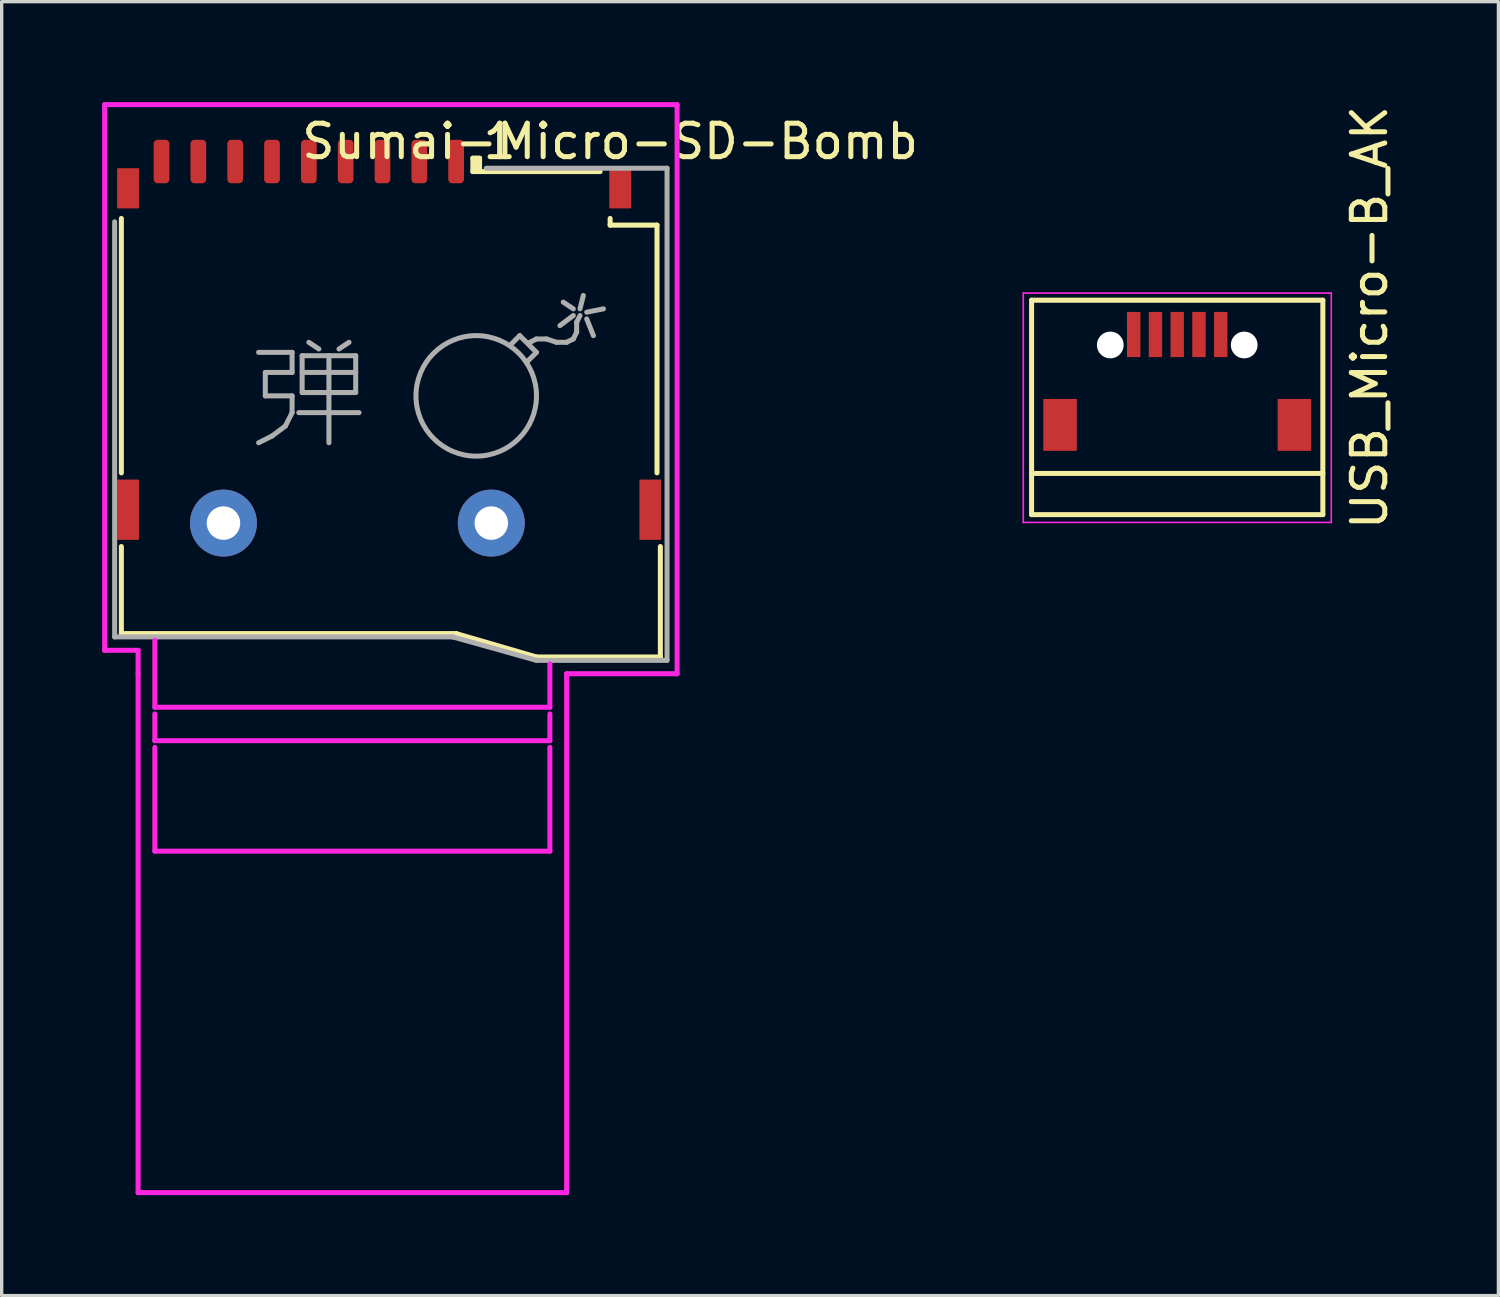
<source format=kicad_pcb>
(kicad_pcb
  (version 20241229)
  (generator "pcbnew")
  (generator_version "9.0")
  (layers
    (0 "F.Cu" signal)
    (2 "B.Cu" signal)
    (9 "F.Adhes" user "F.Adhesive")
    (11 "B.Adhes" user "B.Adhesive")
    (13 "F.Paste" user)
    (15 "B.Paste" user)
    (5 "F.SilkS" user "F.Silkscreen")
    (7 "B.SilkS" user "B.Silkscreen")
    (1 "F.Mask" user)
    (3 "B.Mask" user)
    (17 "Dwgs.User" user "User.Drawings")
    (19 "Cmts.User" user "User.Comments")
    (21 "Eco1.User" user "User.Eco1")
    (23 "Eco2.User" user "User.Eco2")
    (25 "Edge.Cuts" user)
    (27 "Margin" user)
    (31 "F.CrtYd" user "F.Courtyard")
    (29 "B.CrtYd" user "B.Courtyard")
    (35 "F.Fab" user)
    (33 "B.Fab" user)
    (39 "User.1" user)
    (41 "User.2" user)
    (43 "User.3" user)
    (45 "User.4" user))
  (footprint "Sumai-Micro-SD-Bomb"
    (layer "F.Cu")
    (at 8.575 10.075)
    (property "Reference" "Sumai-Micro-SD-Bomb" (at 6.6 -8.9 0) (layer "F.SilkS") (effects (font (size 1 1) (thickness 0.15))))
    (attr smd)
    (fp_line (start -8 1) (end -8 -6.6) (stroke (width 0.15) (type solid)) (layer "F.SilkS"))
    (fp_line (start -8 3.2) (end -8 5.8) (stroke (width 0.15) (type solid)) (layer "F.SilkS"))
    (fp_line (start -8 5.8) (end 2 5.8) (stroke (width 0.15) (type solid)) (layer "F.SilkS"))
    (fp_line (start 2 5.8) (end 4.4 6.5) (stroke (width 0.15) (type solid)) (layer "F.SilkS"))
    (fp_line (start 2.5 -8.4) (end 2.7 -8.4) (stroke (width 0.15) (type solid)) (layer "F.SilkS"))
    (fp_line (start 2.5 -8) (end 2.5 -8.4) (stroke (width 0.15) (type solid)) (layer "F.SilkS"))
    (fp_line (start 2.6 -8.4) (end 2.6 -8) (stroke (width 0.15) (type solid)) (layer "F.SilkS"))
    (fp_line (start 2.7 -8) (end 2.7 -8.4) (stroke (width 0.15) (type solid)) (layer "F.SilkS"))
    (fp_line (start 6.3 -8) (end 2.5 -8) (stroke (width 0.15) (type solid)) (layer "F.SilkS"))
    (fp_line (start 6.6 -6.4) (end 6.6 -6.6) (stroke (width 0.15) (type solid)) (layer "F.SilkS"))
    (fp_line (start 8 -6.4) (end 6.6 -6.4) (stroke (width 0.15) (type solid)) (layer "F.SilkS"))
    (fp_line (start 8 -6.4) (end 8 1) (stroke (width 0.15) (type solid)) (layer "F.SilkS"))
    (fp_line (start 8.1 3.2) (end 8.1 6.5) (stroke (width 0.15) (type solid)) (layer "F.SilkS"))
    (fp_line (start 8.1 6.5) (end 4.4 6.5) (stroke (width 0.15) (type solid)) (layer "F.SilkS"))
    (fp_line (start -8.5 -10) (end -8.5 6.3) (stroke (width 0.15) (type solid)) (layer "F.CrtYd"))
    (fp_line (start -8.5 6.3) (end -7.5 6.3) (stroke (width 0.15) (type solid)) (layer "F.CrtYd"))
    (fp_line (start -7.5 6.3) (end -7.5 7) (stroke (width 0.15) (type solid)) (layer "F.CrtYd"))
    (fp_line (start -7.5 7) (end -7.5 22.5) (stroke (width 0.15) (type solid)) (layer "F.CrtYd"))
    (fp_line (start -7 8) (end -7 6) (stroke (width 0.15) (type solid)) (layer "F.CrtYd"))
    (fp_line (start -7 9) (end -7 8.2) (stroke (width 0.15) (type solid)) (layer "F.CrtYd"))
    (fp_line (start -7 12.3) (end -7 9.2) (stroke (width 0.15) (type solid)) (layer "F.CrtYd"))
    (fp_line (start 4.8 8) (end -7 8) (stroke (width 0.15) (type solid)) (layer "F.CrtYd"))
    (fp_line (start 4.8 8) (end 4.8 6.7) (stroke (width 0.15) (type solid)) (layer "F.CrtYd"))
    (fp_line (start 4.8 9) (end -7 9) (stroke (width 0.15) (type solid)) (layer "F.CrtYd"))
    (fp_line (start 4.8 9) (end 4.8 8.2) (stroke (width 0.15) (type solid)) (layer "F.CrtYd"))
    (fp_line (start 4.8 9.2) (end 4.8 12.3) (stroke (width 0.15) (type solid)) (layer "F.CrtYd"))
    (fp_line (start 4.8 12.3) (end -7 12.3) (stroke (width 0.15) (type solid)) (layer "F.CrtYd"))
    (fp_line (start 5.3 7) (end 5.3 22.5) (stroke (width 0.15) (type solid)) (layer "F.CrtYd"))
    (fp_line (start 5.3 7) (end 8.6 7) (stroke (width 0.15) (type solid)) (layer "F.CrtYd"))
    (fp_line (start 5.3 22.5) (end -7.5 22.5) (stroke (width 0.15) (type solid)) (layer "F.CrtYd"))
    (fp_line (start 8.6 -10) (end -8.5 -10) (stroke (width 0.15) (type solid)) (layer "F.CrtYd"))
    (fp_line (start 8.6 7) (end 8.6 -10) (stroke (width 0.15) (type solid)) (layer "F.CrtYd"))
    (fp_line (start -8.2 -6.5) (end -8.2 5.9) (stroke (width 0.15) (type solid)) (layer "F.Fab"))
    (fp_line (start -8.2 5.9) (end 1.9 5.9) (stroke (width 0.15) (type solid)) (layer "F.Fab"))
    (fp_line (start -3.9 -2.6) (end -2.9 -2.6) (stroke (width 0.15) (type solid)) (layer "F.Fab"))
    (fp_line (start -3.7 -2) (end -3.7 -1.3) (stroke (width 0.15) (type solid)) (layer "F.Fab"))
    (fp_line (start -3.7 -1.3) (end -2.9 -1.3) (stroke (width 0.15) (type solid)) (layer "F.Fab"))
    (fp_line (start -3.5 -0.1) (end -3.9 0.1) (stroke (width 0.15) (type solid)) (layer "F.Fab"))
    (fp_line (start -3.1 -0.4) (end -3.5 -0.1) (stroke (width 0.15) (type solid)) (layer "F.Fab"))
    (fp_line (start -2.9 -2.6) (end -2.9 -2) (stroke (width 0.15) (type solid)) (layer "F.Fab"))
    (fp_line (start -2.9 -2) (end -3.7 -2) (stroke (width 0.15) (type solid)) (layer "F.Fab"))
    (fp_line (start -2.9 -1.3) (end -2.9 -0.8) (stroke (width 0.15) (type solid)) (layer "F.Fab"))
    (fp_line (start -2.9 -0.8) (end -3.1 -0.4) (stroke (width 0.15) (type solid)) (layer "F.Fab"))
    (fp_line (start -2.7 -0.8) (end -0.9 -0.8) (stroke (width 0.15) (type solid)) (layer "F.Fab"))
    (fp_line (start -2.6 -2.5) (end -2.6 -1.4) (stroke (width 0.15) (type solid)) (layer "F.Fab"))
    (fp_line (start -2.6 -2.5) (end -1 -2.5) (stroke (width 0.15) (type solid)) (layer "F.Fab"))
    (fp_line (start -2.6 -2) (end -1 -2) (stroke (width 0.15) (type solid)) (layer "F.Fab"))
    (fp_line (start -2.6 -1.4) (end -1 -1.4) (stroke (width 0.15) (type solid)) (layer "F.Fab"))
    (fp_line (start -2.4 -2.9) (end -2.1 -2.7) (stroke (width 0.15) (type solid)) (layer "F.Fab"))
    (fp_line (start -1.8 -2.5) (end -1.8 -1.4) (stroke (width 0.15) (type solid)) (layer "F.Fab"))
    (fp_line (start -1.8 -1.4) (end -1.8 0.1) (stroke (width 0.15) (type solid)) (layer "F.Fab"))
    (fp_line (start -1.2 -2.9) (end -1.5 -2.7) (stroke (width 0.15) (type solid)) (layer "F.Fab"))
    (fp_line (start -1 -1.4) (end -1 -2.5) (stroke (width 0.15) (type solid)) (layer "F.Fab"))
    (fp_line (start 1.9 5.9) (end 4.4 6.6) (stroke (width 0.15) (type solid)) (layer "F.Fab"))
    (fp_line (start 3.6 -2.8) (end 3.9 -3.1) (stroke (width 0.15) (type solid)) (layer "F.Fab"))
    (fp_line (start 3.9 -3.1) (end 4.4 -2.6) (stroke (width 0.15) (type solid)) (layer "F.Fab"))
    (fp_line (start 4.2 -2.9) (end 4.4 -3) (stroke (width 0.15) (type solid)) (layer "F.Fab"))
    (fp_line (start 4.4 -3) (end 4.7 -3) (stroke (width 0.15) (type solid)) (layer "F.Fab"))
    (fp_line (start 4.4 -2.6) (end 4.1 -2.3) (stroke (width 0.15) (type solid)) (layer "F.Fab"))
    (fp_line (start 4.4 6.6) (end 8.3 6.6) (stroke (width 0.15) (type solid)) (layer "F.Fab"))
    (fp_line (start 4.7 -3) (end 5 -2.9) (stroke (width 0.15) (type solid)) (layer "F.Fab"))
    (fp_line (start 5 -2.9) (end 5.3 -2.9) (stroke (width 0.15) (type solid)) (layer "F.Fab"))
    (fp_line (start 5.3 -2.9) (end 5.5 -3) (stroke (width 0.15) (type solid)) (layer "F.Fab"))
    (fp_line (start 5.5 -3.9) (end 5.2 -4.1) (stroke (width 0.15) (type solid)) (layer "F.Fab"))
    (fp_line (start 5.5 -3.7) (end 5.1 -3.4) (stroke (width 0.15) (type solid)) (layer "F.Fab"))
    (fp_line (start 5.5 -3) (end 5.6 -3.2) (stroke (width 0.15) (type solid)) (layer "F.Fab"))
    (fp_line (start 5.6 -3.5) (end 5.7 -3.7) (stroke (width 0.15) (type solid)) (layer "F.Fab"))
    (fp_line (start 5.6 -3.2) (end 5.6 -3.5) (stroke (width 0.15) (type solid)) (layer "F.Fab"))
    (fp_line (start 5.7 -3.9) (end 5.8 -4.3) (stroke (width 0.15) (type solid)) (layer "F.Fab"))
    (fp_line (start 5.9 -3.8) (end 6.4 -3.9) (stroke (width 0.15) (type solid)) (layer "F.Fab"))
    (fp_line (start 5.9 -3.6) (end 6.1 -3.1) (stroke (width 0.15) (type solid)) (layer "F.Fab"))
    (fp_line (start 8.3 -8.1) (end 2.9 -8.1) (stroke (width 0.15) (type solid)) (layer "F.Fab"))
    (fp_line (start 8.3 6.6) (end 8.3 -8.1) (stroke (width 0.15) (type solid)) (layer "F.Fab"))
    (fp_circle (center 2.6 -1.3) (end 4.4 -1.3) (stroke (width 0.15) (type solid)) (fill no) (layer "F.Fab"))
    (fp_text user "1" (at 3.3 -8.9 0) (layer "F.SilkS") (effects (font (size 1 1) (thickness 0.15))))
    (pad "" thru_hole circle (at -4.95 2.5) (size 2 2) (drill 1) (layers "*.Cu" "*.Mask"))
    (pad "" thru_hole circle (at 3.05 2.5) (size 2 2) (drill 1) (layers "*.Cu" "*.Mask"))
    (pad "1" smd roundrect (at 2 -8.3) (size 0.47 1.3) (layers "F.Cu" "F.Mask" "F.Paste") (roundrect_rratio 0.25))
    (pad "2" smd roundrect (at 0.9 -8.3) (size 0.47 1.3) (layers "F.Cu" "F.Mask" "F.Paste") (roundrect_rratio 0.25))
    (pad "3" smd roundrect (at -0.2 -8.3) (size 0.47 1.3) (layers "F.Cu" "F.Mask" "F.Paste") (roundrect_rratio 0.25))
    (pad "4" smd roundrect (at -1.3 -8.3) (size 0.47 1.3) (layers "F.Cu" "F.Mask" "F.Paste") (roundrect_rratio 0.25))
    (pad "5" smd roundrect (at -2.4 -8.3) (size 0.47 1.3) (layers "F.Cu" "F.Mask" "F.Paste") (roundrect_rratio 0.25))
    (pad "6" smd roundrect (at -3.5 -8.3) (size 0.47 1.3) (layers "F.Cu" "F.Mask" "F.Paste") (roundrect_rratio 0.25))
    (pad "7" smd roundrect (at -4.6 -8.3) (size 0.47 1.3) (layers "F.Cu" "F.Mask" "F.Paste") (roundrect_rratio 0.25))
    (pad "8" smd roundrect (at -5.7 -8.3) (size 0.47 1.3) (layers "F.Cu" "F.Mask" "F.Paste") (roundrect_rratio 0.25))
    (pad "9" smd roundrect (at -6.8 -8.3) (size 0.47 1.3) (layers "F.Cu" "F.Mask" "F.Paste") (roundrect_rratio 0.25))
    (pad "10" smd rect (at -7.8 -7.5) (size 0.65 1.2) (layers "F.Cu" "F.Mask" "F.Paste"))
    (pad "10" smd rect (at -7.8 2.1) (size 0.65 1.8) (layers "F.Cu" "F.Mask" "F.Paste"))
    (pad "10" smd rect (at 6.9 -7.5) (size 0.65 1.2) (layers "F.Cu" "F.Mask" "F.Paste"))
    (pad "10" smd rect (at 7.8 2.1) (size 0.65 1.8) (layers "F.Cu" "F.Mask" "F.Paste")))
  (footprint "USB_Micro-B_AK"
    (layer "F.Cu")
    (at 32.115 8.505)
    (property "Reference" "USB_Micro-B_AK" (at 5.744 -2.071 90) (layer "F.SilkS") (effects (font (size 1 1) (thickness 0.15))))
    (attr smd)
    (fp_line (start -4.351 -2.588) (end 4.349 -2.588) (stroke (width 0.15) (type solid)) (layer "F.SilkS"))
    (fp_line (start -4.351 3.817) (end -4.351 -2.588) (stroke (width 0.15) (type solid)) (layer "F.SilkS"))
    (fp_line (start -4.351 3.817) (end 4.349 3.817) (stroke (width 0.15) (type solid)) (layer "F.SilkS"))
    (fp_line (start 4.349 -2.588) (end 4.349 3.817) (stroke (width 0.15) (type solid)) (layer "F.SilkS"))
    (fp_line (start 4.349 2.587) (end -4.351 2.587) (stroke (width 0.15) (type solid)) (layer "F.SilkS"))
    (fp_line (start -4.6 -2.8) (end 4.6 -2.8) (stroke (width 0.05) (type solid)) (layer "F.CrtYd"))
    (fp_line (start -4.6 4.05) (end -4.6 -2.8) (stroke (width 0.05) (type solid)) (layer "F.CrtYd"))
    (fp_line (start 4.6 -2.8) (end 4.6 4.05) (stroke (width 0.05) (type solid)) (layer "F.CrtYd"))
    (fp_line (start 4.6 4.05) (end -4.6 4.05) (stroke (width 0.05) (type solid)) (layer "F.CrtYd"))
    (pad "" np_thru_hole circle (at -2 -1.25 90) (size 0.8 0.8) (drill 0.8) (layers "*.Cu"))
    (pad "" np_thru_hole circle (at 2 -1.25 90) (size 0.8 0.8) (drill 0.8) (layers "*.Cu"))
    (pad "1" smd rect (at -1.301 -1.563 90) (size 1.35 0.4) (layers "F.Cu" "F.Mask" "F.Paste"))
    (pad "2" smd rect (at -0.651 -1.563 90) (size 1.35 0.4) (layers "F.Cu" "F.Mask" "F.Paste"))
    (pad "3" smd rect (at -0.001 -1.563 90) (size 1.35 0.4) (layers "F.Cu" "F.Mask" "F.Paste"))
    (pad "4" smd rect (at 0.649 -1.563 90) (size 1.35 0.4) (layers "F.Cu" "F.Mask" "F.Paste"))
    (pad "5" smd rect (at 1.299 -1.563 90) (size 1.35 0.4) (layers "F.Cu" "F.Mask" "F.Paste"))
    (pad "6" smd rect (at -3.501 1.137 90) (size 1.55 1) (layers "F.Cu" "F.Mask" "F.Paste"))
    (pad "6" smd rect (at 3.499 1.137 90) (size 1.55 1) (layers "F.Cu" "F.Mask" "F.Paste")))
  (gr_rect
    (start -3 -3)
    (end 41.708 35.65)
    (stroke (width 0.1) (type default))
    (fill no)
    (layer "Edge.Cuts")))
</source>
